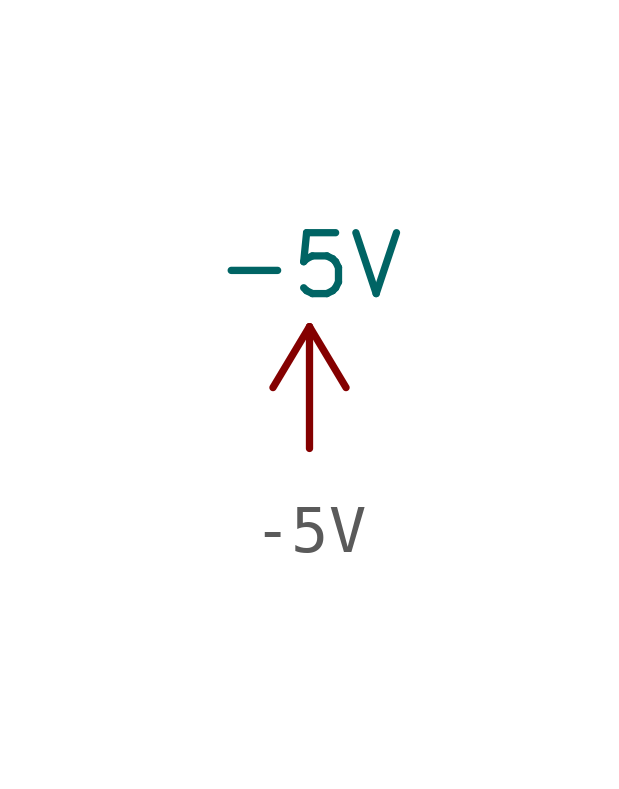
<source format=kicad_sym>
(kicad_symbol_lib
  (version 20220914)
  (generator kicad_symbol_editor)
  (symbol "-5V"
    (power)
    (pin_names
      (offset 0))
    (property "Reference" "#PWR"
      (at 0 -1.27 0)
      (effects (font (size 1.27 1.27)) hide))
    (property "Value" "-5V"
      (at 0 3.81 0)
      (effects (font (size 1.27 1.27))))
    (symbol "-5V_1_1"
      (polyline (pts (xy -0.762 1.27) (xy 0 2.54)) (stroke (width 0) (type default)) (fill (type none)))
      (polyline (pts (xy 0 0) (xy 0 2.54)) (stroke (width 0) (type default)) (fill (type none)))
      (polyline (pts (xy 0 2.54) (xy 0.762 1.27)) (stroke (width 0) (type default)) (fill (type none)))
      (pin power_in line (at 0 0 90) (length 0) hide (name "-5V" (effects (font (size 1.27 1.27)))) (number "1" (effects (font (size 1.27 1.27))))))))
</source>
